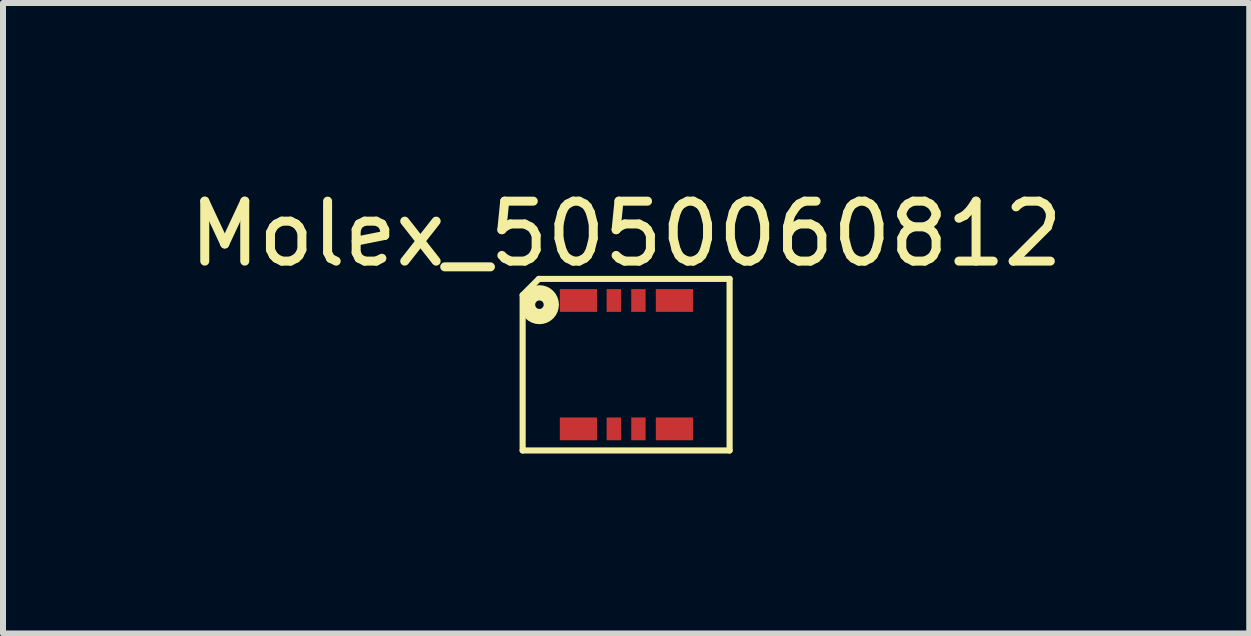
<source format=kicad_pcb>
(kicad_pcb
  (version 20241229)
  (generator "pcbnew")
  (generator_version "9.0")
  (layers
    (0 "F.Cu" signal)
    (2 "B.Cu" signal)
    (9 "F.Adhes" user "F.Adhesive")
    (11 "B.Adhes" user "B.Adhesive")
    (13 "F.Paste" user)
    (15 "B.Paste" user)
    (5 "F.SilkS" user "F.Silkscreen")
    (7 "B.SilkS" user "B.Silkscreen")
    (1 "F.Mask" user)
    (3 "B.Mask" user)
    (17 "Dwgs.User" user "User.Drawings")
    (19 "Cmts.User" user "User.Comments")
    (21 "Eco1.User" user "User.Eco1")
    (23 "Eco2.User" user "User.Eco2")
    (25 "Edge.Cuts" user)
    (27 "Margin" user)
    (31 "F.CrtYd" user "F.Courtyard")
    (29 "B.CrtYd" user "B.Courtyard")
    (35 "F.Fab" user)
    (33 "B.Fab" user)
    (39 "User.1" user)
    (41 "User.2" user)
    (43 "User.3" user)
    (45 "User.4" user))
  (footprint "Molex_5050060812"
    (layer "F.Cu")
    (at 7.392 2.999)
    (property "Reference" "Molex_5050060812" (at -0.005 -2.151 0) (layer "F.SilkS") (effects (font (size 1 1) (thickness 0.15))))
    (fp_line (start -1.73 -1.13) (end -1.46 -1.4) (stroke (width 0.102) (type solid)) (layer "F.SilkS"))
    (fp_line (start -1.73 1.46) (end -1.73 -1.13) (stroke (width 0.102) (type solid)) (layer "F.SilkS"))
    (fp_line (start -1.73 1.46) (end 1.72 1.46) (stroke (width 0.102) (type solid)) (layer "F.SilkS"))
    (fp_line (start -1.46 -1.4) (end 1.72 -1.4) (stroke (width 0.102) (type solid)) (layer "F.SilkS"))
    (fp_line (start 1.72 1.46) (end 1.72 -1.4) (stroke (width 0.102) (type solid)) (layer "F.SilkS"))
    (fp_circle (center -1.45 -0.97) (end -1.45 -1.041) (stroke (width 0.254) (type solid)) (fill no) (layer "F.SilkS"))
    (pad "1" smd rect (at -0.8 -1.04 180) (size 0.62 0.38) (layers "F.Cu" "F.Mask" "F.Paste"))
    (pad "2" smd rect (at -0.21 -1.04) (size 0.24 0.38) (layers "F.Cu" "F.Mask" "F.Paste"))
    (pad "3" smd rect (at 0.2 -1.04) (size 0.24 0.38) (layers "F.Cu" "F.Mask" "F.Paste"))
    (pad "4" smd rect (at 0.8 -1.04 180) (size 0.62 0.38) (layers "F.Cu" "F.Mask" "F.Paste"))
    (pad "5" smd rect (at 0.8 1.1 180) (size 0.62 0.38) (layers "F.Cu" "F.Mask" "F.Paste"))
    (pad "6" smd rect (at 0.2 1.1) (size 0.24 0.38) (layers "F.Cu" "F.Mask" "F.Paste"))
    (pad "7" smd rect (at -0.21 1.1) (size 0.24 0.38) (layers "F.Cu" "F.Mask" "F.Paste"))
    (pad "8" smd rect (at -0.8 1.1 180) (size 0.62 0.38) (layers "F.Cu" "F.Mask" "F.Paste")))
  (gr_rect
    (start -3 -3)
    (end 17.774 7.51)
    (stroke (width 0.1) (type default))
    (fill no)
    (layer "Edge.Cuts")))
</source>
